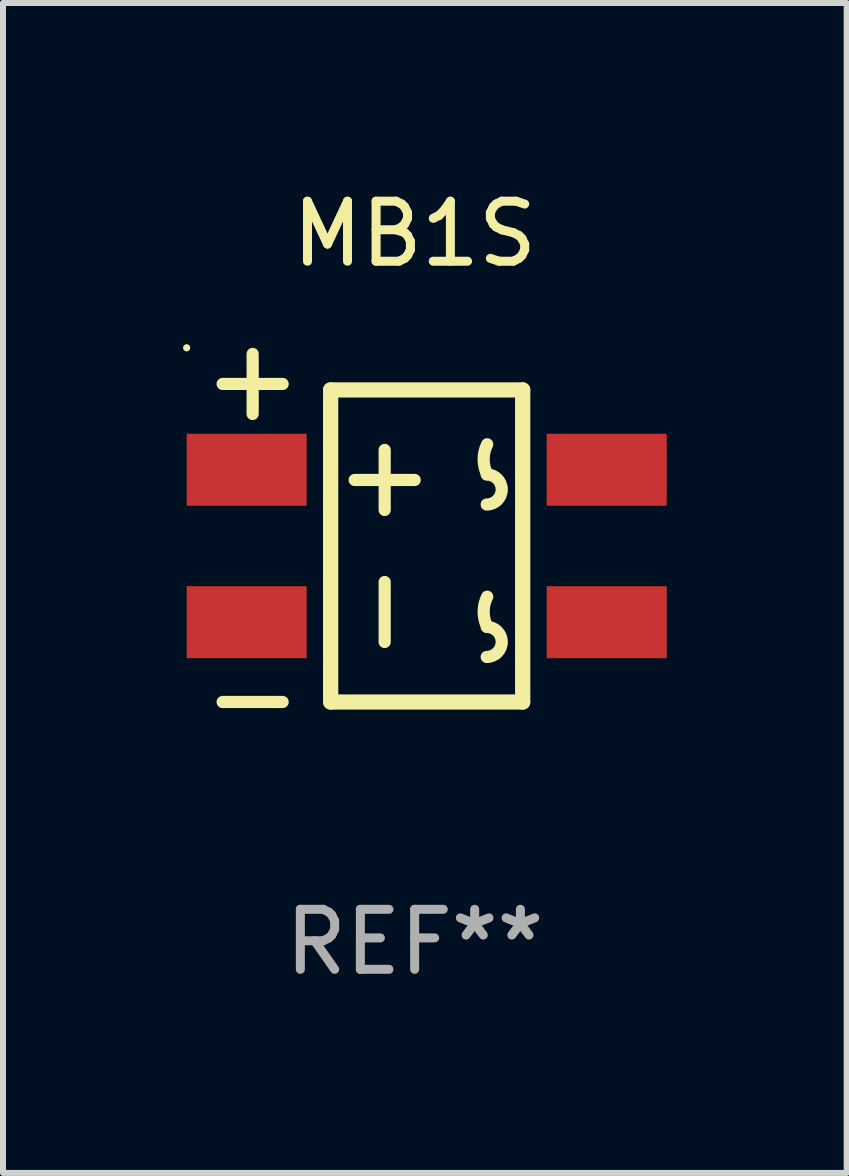
<source format=kicad_pcb>
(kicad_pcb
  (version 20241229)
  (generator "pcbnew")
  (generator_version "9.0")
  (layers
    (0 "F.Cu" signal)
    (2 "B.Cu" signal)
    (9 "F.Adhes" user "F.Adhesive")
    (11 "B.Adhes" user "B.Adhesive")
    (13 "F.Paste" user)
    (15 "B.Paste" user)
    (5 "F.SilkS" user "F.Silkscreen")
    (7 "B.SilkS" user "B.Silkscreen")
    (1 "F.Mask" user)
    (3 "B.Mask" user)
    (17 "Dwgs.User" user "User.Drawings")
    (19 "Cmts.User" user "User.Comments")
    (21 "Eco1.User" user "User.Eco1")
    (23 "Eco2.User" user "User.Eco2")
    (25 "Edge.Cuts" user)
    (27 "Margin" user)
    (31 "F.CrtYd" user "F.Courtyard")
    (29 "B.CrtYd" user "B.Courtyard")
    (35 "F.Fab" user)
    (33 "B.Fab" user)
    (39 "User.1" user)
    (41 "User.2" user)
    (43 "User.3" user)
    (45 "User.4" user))
  (footprint "MB1S"
    (layer "F.Cu")
    (at 3.86 5.748)
    (property "Reference" "MB1S" (at 0 -4.9 0) (layer "F.SilkS") (effects (font (size 1 1) (thickness 0.15))))
    (attr through_hole)
    (fp_line (start -2.7 -1.9) (end -2.7 -2.9) (stroke (width 0.203) (type solid)) (layer "F.SilkS"))
    (fp_line (start -2.2 -2.4) (end -3.2 -2.4) (stroke (width 0.203) (type solid)) (layer "F.SilkS"))
    (fp_line (start -2.2 2.9) (end -3.2 2.9) (stroke (width 0.203) (type solid)) (layer "F.SilkS"))
    (fp_line (start -1.4 -2.3) (end -1.4 2.9) (stroke (width 0.254) (type solid)) (layer "F.SilkS"))
    (fp_line (start -1.4 2.9) (end 1.8 2.9) (stroke (width 0.254) (type solid)) (layer "F.SilkS"))
    (fp_line (start -0.5 -0.3) (end -0.5 -1.3) (stroke (width 0.203) (type solid)) (layer "F.SilkS"))
    (fp_line (start -0.5 1.9) (end -0.5 0.9) (stroke (width 0.203) (type solid)) (layer "F.SilkS"))
    (fp_line (start 0.000254 -0.8) (end -1 -0.8) (stroke (width 0.203) (type solid)) (layer "F.SilkS"))
    (fp_line (start 1.8 -2.3) (end -1.4 -2.3) (stroke (width 0.254) (type solid)) (layer "F.SilkS"))
    (fp_line (start 1.8 2.9) (end 1.8 -2.3) (stroke (width 0.254) (type solid)) (layer "F.SilkS"))
    (fp_arc (start 1.200915 -0.891287) (mid 1.450914 -0.641097) (end 1.200914 -0.390907) (stroke (width 0.2032) (type solid)) (layer "F.SilkS"))
    (fp_arc (start 1.200915 1.648718) (mid 1.450914 1.898908) (end 1.200914 2.149098) (stroke (width 0.2032) (type solid)) (layer "F.SilkS"))
    (fp_arc (start 1.208534 -0.893827) (mid 1.149452 -1.144018) (end 1.208534 -1.394209) (stroke (width 0.2032) (type solid)) (layer "F.SilkS"))
    (fp_arc (start 1.208534 1.646178) (mid 1.149452 1.395987) (end 1.208534 1.145796) (stroke (width 0.2032) (type solid)) (layer "F.SilkS"))
    (fp_circle (center -3.8 -3.002) (end -3.77 -3.002) (stroke (width 0.06) (type solid)) (fill no) (layer "F.SilkS"))
    (fp_text user "REF**" (at 0 6.9 0) (layer "F.Fab") (effects (font (size 1 1) (thickness 0.15))))
    (pad "1" smd rect (at -2.8 -0.97) (size 2 1.2) (layers "F.Cu" "F.Mask" "F.Paste"))
    (pad "2" smd rect (at -2.8 1.57) (size 2 1.2) (layers "F.Cu" "F.Mask" "F.Paste"))
    (pad "3" smd rect (at 3.2 1.57) (size 2 1.2) (layers "F.Cu" "F.Mask" "F.Paste"))
    (pad "4" smd rect (at 3.2 -0.97) (size 2 1.2) (layers "F.Cu" "F.Mask" "F.Paste")))
  (gr_rect
    (start -3 -3)
    (end 11.059 16.496)
    (stroke (width 0.1) (type default))
    (fill no)
    (layer "Edge.Cuts")))
</source>
